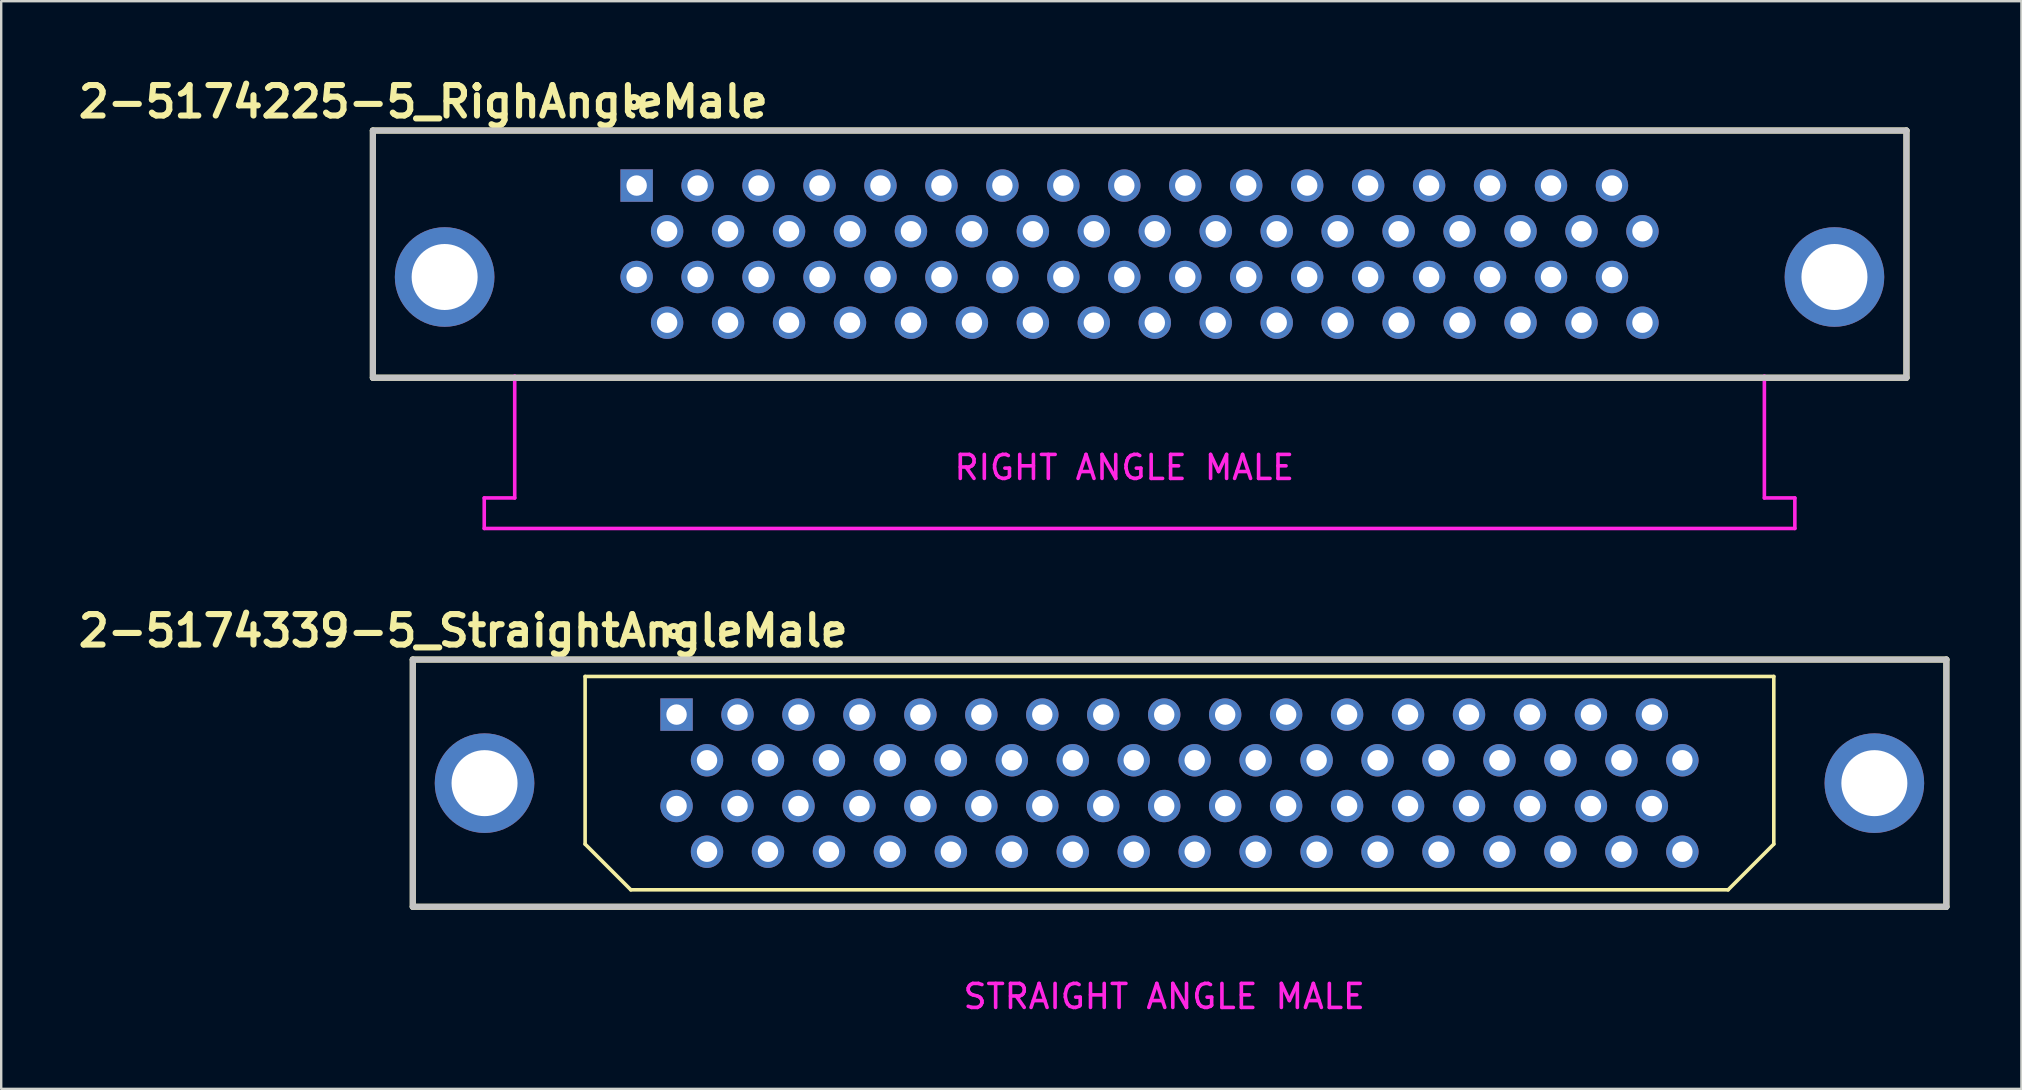
<source format=kicad_pcb>
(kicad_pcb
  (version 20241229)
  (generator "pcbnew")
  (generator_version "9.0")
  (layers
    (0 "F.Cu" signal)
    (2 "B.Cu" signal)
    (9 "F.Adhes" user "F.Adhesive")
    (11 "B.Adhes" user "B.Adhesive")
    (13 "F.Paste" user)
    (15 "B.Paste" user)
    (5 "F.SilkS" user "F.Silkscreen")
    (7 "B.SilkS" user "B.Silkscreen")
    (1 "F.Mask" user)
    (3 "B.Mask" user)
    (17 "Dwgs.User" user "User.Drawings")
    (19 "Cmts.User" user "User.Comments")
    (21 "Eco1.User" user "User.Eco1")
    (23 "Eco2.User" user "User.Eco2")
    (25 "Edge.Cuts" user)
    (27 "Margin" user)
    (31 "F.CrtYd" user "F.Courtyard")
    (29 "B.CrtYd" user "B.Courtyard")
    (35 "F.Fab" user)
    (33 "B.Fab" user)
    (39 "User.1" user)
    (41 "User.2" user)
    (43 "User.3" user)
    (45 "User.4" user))
  (footprint "2-5174339-5_StraightAngleMale"
    (layer "F.Cu")
    (at 44.19 29.582)
    (property "Reference" "2-5174339-5_StraightAngleMale" (at -27.94 -6.35 0) (layer "F.SilkS") (effects (font (size 1.27 1.27) (thickness 0.254))))
    (attr through_hole)
    (fp_line (start -30.04 -5.15) (end 33.86 -5.15) (stroke (width 0.254) (type solid)) (layer "F.SilkS"))
    (fp_line (start -30.04 5.15) (end -30.04 -5.15) (stroke (width 0.254) (type solid)) (layer "F.SilkS"))
    (fp_line (start -22.86 -4.445) (end -22.86 2.54) (stroke (width 0.15) (type solid)) (layer "F.SilkS"))
    (fp_line (start -22.86 2.54) (end -20.955 4.445) (stroke (width 0.15) (type solid)) (layer "F.SilkS"))
    (fp_line (start -20.955 4.445) (end 24.765 4.445) (stroke (width 0.15) (type solid)) (layer "F.SilkS"))
    (fp_line (start 24.765 4.445) (end 26.67 2.54) (stroke (width 0.15) (type solid)) (layer "F.SilkS"))
    (fp_line (start 26.67 -4.445) (end -22.86 -4.445) (stroke (width 0.15) (type solid)) (layer "F.SilkS"))
    (fp_line (start 26.67 2.54) (end 26.67 -4.445) (stroke (width 0.15) (type solid)) (layer "F.SilkS"))
    (fp_line (start 33.86 -5.15) (end 33.86 5.15) (stroke (width 0.254) (type solid)) (layer "F.SilkS"))
    (fp_line (start 33.86 5.15) (end -30.04 5.15) (stroke (width 0.254) (type solid)) (layer "F.SilkS"))
    (fp_circle (center -19.161 -6.335) (end -19.371 -6.335) (stroke (width 0.254) (type solid)) (fill no) (layer "F.SilkS"))
    (fp_line (start -30.04 -5.15) (end 33.86 -5.15) (stroke (width 0.254) (type solid)) (layer "Dwgs.User"))
    (fp_line (start -30.04 5.15) (end -30.04 -5.15) (stroke (width 0.254) (type solid)) (layer "Dwgs.User"))
    (fp_line (start 33.86 -5.15) (end 33.86 5.15) (stroke (width 0.254) (type solid)) (layer "Dwgs.User"))
    (fp_line (start 33.86 5.15) (end -30.04 5.15) (stroke (width 0.254) (type solid)) (layer "Dwgs.User"))
    (fp_text user "STRAIGHT ANGLE MALE" (at 1.27 8.89 0) (layer "F.CrtYd") (effects (font (size 1 1) (thickness 0.15))))
    (pad "1" thru_hole rect (at -19.05 -2.857 90) (size 1.35 1.35) (drill 0.85) (layers "*.Cu" "*.Mask"))
    (pad "2" thru_hole circle (at -17.78 -0.953 90) (size 1.35 1.35) (drill 0.85) (layers "*.Cu" "*.Mask"))
    (pad "3" thru_hole circle (at -16.51 -2.857 90) (size 1.35 1.35) (drill 0.85) (layers "*.Cu" "*.Mask"))
    (pad "4" thru_hole circle (at -15.24 -0.953 90) (size 1.35 1.35) (drill 0.85) (layers "*.Cu" "*.Mask"))
    (pad "5" thru_hole circle (at -13.97 -2.857 90) (size 1.35 1.35) (drill 0.85) (layers "*.Cu" "*.Mask"))
    (pad "6" thru_hole circle (at -12.7 -0.953 90) (size 1.35 1.35) (drill 0.85) (layers "*.Cu" "*.Mask"))
    (pad "7" thru_hole circle (at -11.43 -2.857 90) (size 1.35 1.35) (drill 0.85) (layers "*.Cu" "*.Mask"))
    (pad "8" thru_hole circle (at -10.16 -0.953 90) (size 1.35 1.35) (drill 0.85) (layers "*.Cu" "*.Mask"))
    (pad "9" thru_hole circle (at -8.89 -2.857 90) (size 1.35 1.35) (drill 0.85) (layers "*.Cu" "*.Mask"))
    (pad "10" thru_hole circle (at -7.62 -0.953 90) (size 1.35 1.35) (drill 0.85) (layers "*.Cu" "*.Mask"))
    (pad "11" thru_hole circle (at -6.35 -2.857 90) (size 1.35 1.35) (drill 0.85) (layers "*.Cu" "*.Mask"))
    (pad "12" thru_hole circle (at -5.08 -0.953 90) (size 1.35 1.35) (drill 0.85) (layers "*.Cu" "*.Mask"))
    (pad "13" thru_hole circle (at -3.81 -2.857 90) (size 1.35 1.35) (drill 0.85) (layers "*.Cu" "*.Mask"))
    (pad "14" thru_hole circle (at -2.54 -0.953 90) (size 1.35 1.35) (drill 0.85) (layers "*.Cu" "*.Mask"))
    (pad "15" thru_hole circle (at -1.27 -2.857 90) (size 1.35 1.35) (drill 0.85) (layers "*.Cu" "*.Mask"))
    (pad "16" thru_hole circle (at 0 -0.953 90) (size 1.35 1.35) (drill 0.85) (layers "*.Cu" "*.Mask"))
    (pad "17" thru_hole circle (at 1.27 -2.857 90) (size 1.35 1.35) (drill 0.85) (layers "*.Cu" "*.Mask"))
    (pad "18" thru_hole circle (at 2.54 -0.953 90) (size 1.35 1.35) (drill 0.85) (layers "*.Cu" "*.Mask"))
    (pad "19" thru_hole circle (at 3.81 -2.857 90) (size 1.35 1.35) (drill 0.85) (layers "*.Cu" "*.Mask"))
    (pad "20" thru_hole circle (at 5.08 -0.953 90) (size 1.35 1.35) (drill 0.85) (layers "*.Cu" "*.Mask"))
    (pad "21" thru_hole circle (at 6.35 -2.857 90) (size 1.35 1.35) (drill 0.85) (layers "*.Cu" "*.Mask"))
    (pad "22" thru_hole circle (at 7.62 -0.953 90) (size 1.35 1.35) (drill 0.85) (layers "*.Cu" "*.Mask"))
    (pad "23" thru_hole circle (at 8.89 -2.857 90) (size 1.35 1.35) (drill 0.85) (layers "*.Cu" "*.Mask"))
    (pad "24" thru_hole circle (at 10.16 -0.953 90) (size 1.35 1.35) (drill 0.85) (layers "*.Cu" "*.Mask"))
    (pad "25" thru_hole circle (at 11.43 -2.857 90) (size 1.35 1.35) (drill 0.85) (layers "*.Cu" "*.Mask"))
    (pad "26" thru_hole circle (at 12.7 -0.953 90) (size 1.35 1.35) (drill 0.85) (layers "*.Cu" "*.Mask"))
    (pad "27" thru_hole circle (at 13.97 -2.857 90) (size 1.35 1.35) (drill 0.85) (layers "*.Cu" "*.Mask"))
    (pad "28" thru_hole circle (at 15.24 -0.953 90) (size 1.35 1.35) (drill 0.85) (layers "*.Cu" "*.Mask"))
    (pad "29" thru_hole circle (at 16.51 -2.857 90) (size 1.35 1.35) (drill 0.85) (layers "*.Cu" "*.Mask"))
    (pad "30" thru_hole circle (at 17.78 -0.953 90) (size 1.35 1.35) (drill 0.85) (layers "*.Cu" "*.Mask"))
    (pad "31" thru_hole circle (at 19.05 -2.857 90) (size 1.35 1.35) (drill 0.85) (layers "*.Cu" "*.Mask"))
    (pad "32" thru_hole circle (at 20.32 -0.953 90) (size 1.35 1.35) (drill 0.85) (layers "*.Cu" "*.Mask"))
    (pad "33" thru_hole circle (at 21.59 -2.857 90) (size 1.35 1.35) (drill 0.85) (layers "*.Cu" "*.Mask"))
    (pad "34" thru_hole circle (at 22.86 -0.953 90) (size 1.35 1.35) (drill 0.85) (layers "*.Cu" "*.Mask"))
    (pad "35" thru_hole circle (at -19.05 0.953 90) (size 1.35 1.35) (drill 0.85) (layers "*.Cu" "*.Mask"))
    (pad "36" thru_hole circle (at -17.78 2.857 90) (size 1.35 1.35) (drill 0.85) (layers "*.Cu" "*.Mask"))
    (pad "37" thru_hole circle (at -16.51 0.953 90) (size 1.35 1.35) (drill 0.85) (layers "*.Cu" "*.Mask"))
    (pad "38" thru_hole circle (at -15.24 2.857 90) (size 1.35 1.35) (drill 0.85) (layers "*.Cu" "*.Mask"))
    (pad "39" thru_hole circle (at -13.97 0.953 90) (size 1.35 1.35) (drill 0.85) (layers "*.Cu" "*.Mask"))
    (pad "40" thru_hole circle (at -12.7 2.857 90) (size 1.35 1.35) (drill 0.85) (layers "*.Cu" "*.Mask"))
    (pad "41" thru_hole circle (at -11.43 0.953 90) (size 1.35 1.35) (drill 0.85) (layers "*.Cu" "*.Mask"))
    (pad "42" thru_hole circle (at -10.16 2.857 90) (size 1.35 1.35) (drill 0.85) (layers "*.Cu" "*.Mask"))
    (pad "43" thru_hole circle (at -8.89 0.953 90) (size 1.35 1.35) (drill 0.85) (layers "*.Cu" "*.Mask"))
    (pad "44" thru_hole circle (at -7.62 2.857 90) (size 1.35 1.35) (drill 0.85) (layers "*.Cu" "*.Mask"))
    (pad "45" thru_hole circle (at -6.35 0.953 90) (size 1.35 1.35) (drill 0.85) (layers "*.Cu" "*.Mask"))
    (pad "46" thru_hole circle (at -5.08 2.857 90) (size 1.35 1.35) (drill 0.85) (layers "*.Cu" "*.Mask"))
    (pad "47" thru_hole circle (at -3.81 0.953 90) (size 1.35 1.35) (drill 0.85) (layers "*.Cu" "*.Mask"))
    (pad "48" thru_hole circle (at -2.54 2.857 90) (size 1.35 1.35) (drill 0.85) (layers "*.Cu" "*.Mask"))
    (pad "49" thru_hole circle (at -1.27 0.953 90) (size 1.35 1.35) (drill 0.85) (layers "*.Cu" "*.Mask"))
    (pad "50" thru_hole circle (at 0 2.857 90) (size 1.35 1.35) (drill 0.85) (layers "*.Cu" "*.Mask"))
    (pad "51" thru_hole circle (at 1.27 0.953 90) (size 1.35 1.35) (drill 0.85) (layers "*.Cu" "*.Mask"))
    (pad "52" thru_hole circle (at 2.54 2.857 90) (size 1.35 1.35) (drill 0.85) (layers "*.Cu" "*.Mask"))
    (pad "53" thru_hole circle (at 3.81 0.953 90) (size 1.35 1.35) (drill 0.85) (layers "*.Cu" "*.Mask"))
    (pad "54" thru_hole circle (at 5.08 2.857 90) (size 1.35 1.35) (drill 0.85) (layers "*.Cu" "*.Mask"))
    (pad "55" thru_hole circle (at 6.35 0.953 90) (size 1.35 1.35) (drill 0.85) (layers "*.Cu" "*.Mask"))
    (pad "56" thru_hole circle (at 7.62 2.857 90) (size 1.35 1.35) (drill 0.85) (layers "*.Cu" "*.Mask"))
    (pad "57" thru_hole circle (at 8.89 0.953 90) (size 1.35 1.35) (drill 0.85) (layers "*.Cu" "*.Mask"))
    (pad "58" thru_hole circle (at 10.16 2.857 90) (size 1.35 1.35) (drill 0.85) (layers "*.Cu" "*.Mask"))
    (pad "59" thru_hole circle (at 11.43 0.953 90) (size 1.35 1.35) (drill 0.85) (layers "*.Cu" "*.Mask"))
    (pad "60" thru_hole circle (at 12.7 2.857 90) (size 1.35 1.35) (drill 0.85) (layers "*.Cu" "*.Mask"))
    (pad "61" thru_hole circle (at 13.97 0.953 90) (size 1.35 1.35) (drill 0.85) (layers "*.Cu" "*.Mask"))
    (pad "62" thru_hole circle (at 15.24 2.857 90) (size 1.35 1.35) (drill 0.85) (layers "*.Cu" "*.Mask"))
    (pad "63" thru_hole circle (at 16.51 0.953 90) (size 1.35 1.35) (drill 0.85) (layers "*.Cu" "*.Mask"))
    (pad "64" thru_hole circle (at 17.78 2.857 90) (size 1.35 1.35) (drill 0.85) (layers "*.Cu" "*.Mask"))
    (pad "65" thru_hole circle (at 19.05 0.953 90) (size 1.35 1.35) (drill 0.85) (layers "*.Cu" "*.Mask"))
    (pad "66" thru_hole circle (at 20.32 2.857 90) (size 1.35 1.35) (drill 0.85) (layers "*.Cu" "*.Mask"))
    (pad "67" thru_hole circle (at 21.59 0.953 90) (size 1.35 1.35) (drill 0.85) (layers "*.Cu" "*.Mask"))
    (pad "68" thru_hole circle (at 22.86 2.857 90) (size 1.35 1.35) (drill 0.85) (layers "*.Cu" "*.Mask"))
    (pad "69" thru_hole circle (at 30.86 0 90) (size 4.15 4.15) (drill 2.75) (layers "*.Cu" "*.Mask"))
    (pad "70" thru_hole circle (at -27.05 0 90) (size 4.15 4.15) (drill 2.75) (layers "*.Cu" "*.Mask")))
  (footprint "2-5174225-5_RighAngleMale"
    (layer "F.Cu")
    (at 42.527 7.539)
    (property "Reference" "2-5174225-5_RighAngleMale" (at -27.94 -6.35 0) (layer "F.SilkS") (effects (font (size 1.27 1.27) (thickness 0.254))))
    (attr through_hole)
    (fp_line (start -30.04 -5.15) (end 33.86 -5.15) (stroke (width 0.254) (type solid)) (layer "F.SilkS"))
    (fp_line (start -30.04 5.15) (end -30.04 -5.15) (stroke (width 0.254) (type solid)) (layer "F.SilkS"))
    (fp_line (start 33.86 -5.15) (end 33.86 5.15) (stroke (width 0.254) (type solid)) (layer "F.SilkS"))
    (fp_line (start 33.86 5.15) (end -30.04 5.15) (stroke (width 0.254) (type solid)) (layer "F.SilkS"))
    (fp_circle (center -19.161 -6.335) (end -19.371 -6.335) (stroke (width 0.254) (type solid)) (fill no) (layer "F.SilkS"))
    (fp_line (start -30.04 -5.15) (end 33.86 -5.15) (stroke (width 0.254) (type solid)) (layer "Dwgs.User"))
    (fp_line (start -30.04 5.15) (end -30.04 -5.15) (stroke (width 0.254) (type solid)) (layer "Dwgs.User"))
    (fp_line (start 33.86 -5.15) (end 33.86 5.15) (stroke (width 0.254) (type solid)) (layer "Dwgs.User"))
    (fp_line (start 33.86 5.15) (end -30.04 5.15) (stroke (width 0.254) (type solid)) (layer "Dwgs.User"))
    (fp_line (start -25.4 10.16) (end -25.4 11.43) (stroke (width 0.15) (type solid)) (layer "F.CrtYd"))
    (fp_line (start -25.4 11.43) (end 29.21 11.43) (stroke (width 0.15) (type solid)) (layer "F.CrtYd"))
    (fp_line (start -24.13 5.08) (end -24.13 10.16) (stroke (width 0.15) (type solid)) (layer "F.CrtYd"))
    (fp_line (start -24.13 10.16) (end -25.4 10.16) (stroke (width 0.15) (type solid)) (layer "F.CrtYd"))
    (fp_line (start 27.94 10.16) (end 27.94 5.08) (stroke (width 0.15) (type solid)) (layer "F.CrtYd"))
    (fp_line (start 29.21 10.16) (end 27.94 10.16) (stroke (width 0.15) (type solid)) (layer "F.CrtYd"))
    (fp_line (start 29.21 11.43) (end 29.21 10.16) (stroke (width 0.15) (type solid)) (layer "F.CrtYd"))
    (fp_text user "RIGHT ANGLE MALE" (at 1.27 8.89 0) (layer "F.CrtYd") (effects (font (size 1 1) (thickness 0.15))))
    (pad "1" thru_hole rect (at -19.05 -2.857 90) (size 1.35 1.35) (drill 0.85) (layers "*.Cu" "*.Mask"))
    (pad "2" thru_hole circle (at -17.78 -0.953 90) (size 1.35 1.35) (drill 0.85) (layers "*.Cu" "*.Mask"))
    (pad "3" thru_hole circle (at -16.51 -2.857 90) (size 1.35 1.35) (drill 0.85) (layers "*.Cu" "*.Mask"))
    (pad "4" thru_hole circle (at -15.24 -0.953 90) (size 1.35 1.35) (drill 0.85) (layers "*.Cu" "*.Mask"))
    (pad "5" thru_hole circle (at -13.97 -2.857 90) (size 1.35 1.35) (drill 0.85) (layers "*.Cu" "*.Mask"))
    (pad "6" thru_hole circle (at -12.7 -0.953 90) (size 1.35 1.35) (drill 0.85) (layers "*.Cu" "*.Mask"))
    (pad "7" thru_hole circle (at -11.43 -2.857 90) (size 1.35 1.35) (drill 0.85) (layers "*.Cu" "*.Mask"))
    (pad "8" thru_hole circle (at -10.16 -0.953 90) (size 1.35 1.35) (drill 0.85) (layers "*.Cu" "*.Mask"))
    (pad "9" thru_hole circle (at -8.89 -2.857 90) (size 1.35 1.35) (drill 0.85) (layers "*.Cu" "*.Mask"))
    (pad "10" thru_hole circle (at -7.62 -0.953 90) (size 1.35 1.35) (drill 0.85) (layers "*.Cu" "*.Mask"))
    (pad "11" thru_hole circle (at -6.35 -2.857 90) (size 1.35 1.35) (drill 0.85) (layers "*.Cu" "*.Mask"))
    (pad "12" thru_hole circle (at -5.08 -0.953 90) (size 1.35 1.35) (drill 0.85) (layers "*.Cu" "*.Mask"))
    (pad "13" thru_hole circle (at -3.81 -2.857 90) (size 1.35 1.35) (drill 0.85) (layers "*.Cu" "*.Mask"))
    (pad "14" thru_hole circle (at -2.54 -0.953 90) (size 1.35 1.35) (drill 0.85) (layers "*.Cu" "*.Mask"))
    (pad "15" thru_hole circle (at -1.27 -2.857 90) (size 1.35 1.35) (drill 0.85) (layers "*.Cu" "*.Mask"))
    (pad "16" thru_hole circle (at 0 -0.953 90) (size 1.35 1.35) (drill 0.85) (layers "*.Cu" "*.Mask"))
    (pad "17" thru_hole circle (at 1.27 -2.857 90) (size 1.35 1.35) (drill 0.85) (layers "*.Cu" "*.Mask"))
    (pad "18" thru_hole circle (at 2.54 -0.953 90) (size 1.35 1.35) (drill 0.85) (layers "*.Cu" "*.Mask"))
    (pad "19" thru_hole circle (at 3.81 -2.857 90) (size 1.35 1.35) (drill 0.85) (layers "*.Cu" "*.Mask"))
    (pad "20" thru_hole circle (at 5.08 -0.953 90) (size 1.35 1.35) (drill 0.85) (layers "*.Cu" "*.Mask"))
    (pad "21" thru_hole circle (at 6.35 -2.857 90) (size 1.35 1.35) (drill 0.85) (layers "*.Cu" "*.Mask"))
    (pad "22" thru_hole circle (at 7.62 -0.953 90) (size 1.35 1.35) (drill 0.85) (layers "*.Cu" "*.Mask"))
    (pad "23" thru_hole circle (at 8.89 -2.857 90) (size 1.35 1.35) (drill 0.85) (layers "*.Cu" "*.Mask"))
    (pad "24" thru_hole circle (at 10.16 -0.953 90) (size 1.35 1.35) (drill 0.85) (layers "*.Cu" "*.Mask"))
    (pad "25" thru_hole circle (at 11.43 -2.857 90) (size 1.35 1.35) (drill 0.85) (layers "*.Cu" "*.Mask"))
    (pad "26" thru_hole circle (at 12.7 -0.953 90) (size 1.35 1.35) (drill 0.85) (layers "*.Cu" "*.Mask"))
    (pad "27" thru_hole circle (at 13.97 -2.857 90) (size 1.35 1.35) (drill 0.85) (layers "*.Cu" "*.Mask"))
    (pad "28" thru_hole circle (at 15.24 -0.953 90) (size 1.35 1.35) (drill 0.85) (layers "*.Cu" "*.Mask"))
    (pad "29" thru_hole circle (at 16.51 -2.857 90) (size 1.35 1.35) (drill 0.85) (layers "*.Cu" "*.Mask"))
    (pad "30" thru_hole circle (at 17.78 -0.953 90) (size 1.35 1.35) (drill 0.85) (layers "*.Cu" "*.Mask"))
    (pad "31" thru_hole circle (at 19.05 -2.857 90) (size 1.35 1.35) (drill 0.85) (layers "*.Cu" "*.Mask"))
    (pad "32" thru_hole circle (at 20.32 -0.953 90) (size 1.35 1.35) (drill 0.85) (layers "*.Cu" "*.Mask"))
    (pad "33" thru_hole circle (at 21.59 -2.857 90) (size 1.35 1.35) (drill 0.85) (layers "*.Cu" "*.Mask"))
    (pad "34" thru_hole circle (at 22.86 -0.953 90) (size 1.35 1.35) (drill 0.85) (layers "*.Cu" "*.Mask"))
    (pad "35" thru_hole circle (at -19.05 0.953 90) (size 1.35 1.35) (drill 0.85) (layers "*.Cu" "*.Mask"))
    (pad "36" thru_hole circle (at -17.78 2.857 90) (size 1.35 1.35) (drill 0.85) (layers "*.Cu" "*.Mask"))
    (pad "37" thru_hole circle (at -16.51 0.953 90) (size 1.35 1.35) (drill 0.85) (layers "*.Cu" "*.Mask"))
    (pad "38" thru_hole circle (at -15.24 2.857 90) (size 1.35 1.35) (drill 0.85) (layers "*.Cu" "*.Mask"))
    (pad "39" thru_hole circle (at -13.97 0.953 90) (size 1.35 1.35) (drill 0.85) (layers "*.Cu" "*.Mask"))
    (pad "40" thru_hole circle (at -12.7 2.857 90) (size 1.35 1.35) (drill 0.85) (layers "*.Cu" "*.Mask"))
    (pad "41" thru_hole circle (at -11.43 0.953 90) (size 1.35 1.35) (drill 0.85) (layers "*.Cu" "*.Mask"))
    (pad "42" thru_hole circle (at -10.16 2.857 90) (size 1.35 1.35) (drill 0.85) (layers "*.Cu" "*.Mask"))
    (pad "43" thru_hole circle (at -8.89 0.953 90) (size 1.35 1.35) (drill 0.85) (layers "*.Cu" "*.Mask"))
    (pad "44" thru_hole circle (at -7.62 2.857 90) (size 1.35 1.35) (drill 0.85) (layers "*.Cu" "*.Mask"))
    (pad "45" thru_hole circle (at -6.35 0.953 90) (size 1.35 1.35) (drill 0.85) (layers "*.Cu" "*.Mask"))
    (pad "46" thru_hole circle (at -5.08 2.857 90) (size 1.35 1.35) (drill 0.85) (layers "*.Cu" "*.Mask"))
    (pad "47" thru_hole circle (at -3.81 0.953 90) (size 1.35 1.35) (drill 0.85) (layers "*.Cu" "*.Mask"))
    (pad "48" thru_hole circle (at -2.54 2.857 90) (size 1.35 1.35) (drill 0.85) (layers "*.Cu" "*.Mask"))
    (pad "49" thru_hole circle (at -1.27 0.953 90) (size 1.35 1.35) (drill 0.85) (layers "*.Cu" "*.Mask"))
    (pad "50" thru_hole circle (at 0 2.857 90) (size 1.35 1.35) (drill 0.85) (layers "*.Cu" "*.Mask"))
    (pad "51" thru_hole circle (at 1.27 0.953 90) (size 1.35 1.35) (drill 0.85) (layers "*.Cu" "*.Mask"))
    (pad "52" thru_hole circle (at 2.54 2.857 90) (size 1.35 1.35) (drill 0.85) (layers "*.Cu" "*.Mask"))
    (pad "53" thru_hole circle (at 3.81 0.953 90) (size 1.35 1.35) (drill 0.85) (layers "*.Cu" "*.Mask"))
    (pad "54" thru_hole circle (at 5.08 2.857 90) (size 1.35 1.35) (drill 0.85) (layers "*.Cu" "*.Mask"))
    (pad "55" thru_hole circle (at 6.35 0.953 90) (size 1.35 1.35) (drill 0.85) (layers "*.Cu" "*.Mask"))
    (pad "56" thru_hole circle (at 7.62 2.857 90) (size 1.35 1.35) (drill 0.85) (layers "*.Cu" "*.Mask"))
    (pad "57" thru_hole circle (at 8.89 0.953 90) (size 1.35 1.35) (drill 0.85) (layers "*.Cu" "*.Mask"))
    (pad "58" thru_hole circle (at 10.16 2.857 90) (size 1.35 1.35) (drill 0.85) (layers "*.Cu" "*.Mask"))
    (pad "59" thru_hole circle (at 11.43 0.953 90) (size 1.35 1.35) (drill 0.85) (layers "*.Cu" "*.Mask"))
    (pad "60" thru_hole circle (at 12.7 2.857 90) (size 1.35 1.35) (drill 0.85) (layers "*.Cu" "*.Mask"))
    (pad "61" thru_hole circle (at 13.97 0.953 90) (size 1.35 1.35) (drill 0.85) (layers "*.Cu" "*.Mask"))
    (pad "62" thru_hole circle (at 15.24 2.857 90) (size 1.35 1.35) (drill 0.85) (layers "*.Cu" "*.Mask"))
    (pad "63" thru_hole circle (at 16.51 0.953 90) (size 1.35 1.35) (drill 0.85) (layers "*.Cu" "*.Mask"))
    (pad "64" thru_hole circle (at 17.78 2.857 90) (size 1.35 1.35) (drill 0.85) (layers "*.Cu" "*.Mask"))
    (pad "65" thru_hole circle (at 19.05 0.953 90) (size 1.35 1.35) (drill 0.85) (layers "*.Cu" "*.Mask"))
    (pad "66" thru_hole circle (at 20.32 2.857 90) (size 1.35 1.35) (drill 0.85) (layers "*.Cu" "*.Mask"))
    (pad "67" thru_hole circle (at 21.59 0.953 90) (size 1.35 1.35) (drill 0.85) (layers "*.Cu" "*.Mask"))
    (pad "68" thru_hole circle (at 22.86 2.857 90) (size 1.35 1.35) (drill 0.85) (layers "*.Cu" "*.Mask"))
    (pad "69" thru_hole circle (at 30.86 0.953 90) (size 4.15 4.15) (drill 2.75) (layers "*.Cu" "*.Mask"))
    (pad "70" thru_hole circle (at -27.05 0.953 90) (size 4.15 4.15) (drill 2.75) (layers "*.Cu" "*.Mask")))
  (gr_rect
    (start -3 -3)
    (end 81.177 42.321)
    (stroke (width 0.1) (type default))
    (fill no)
    (layer "Edge.Cuts")))
</source>
